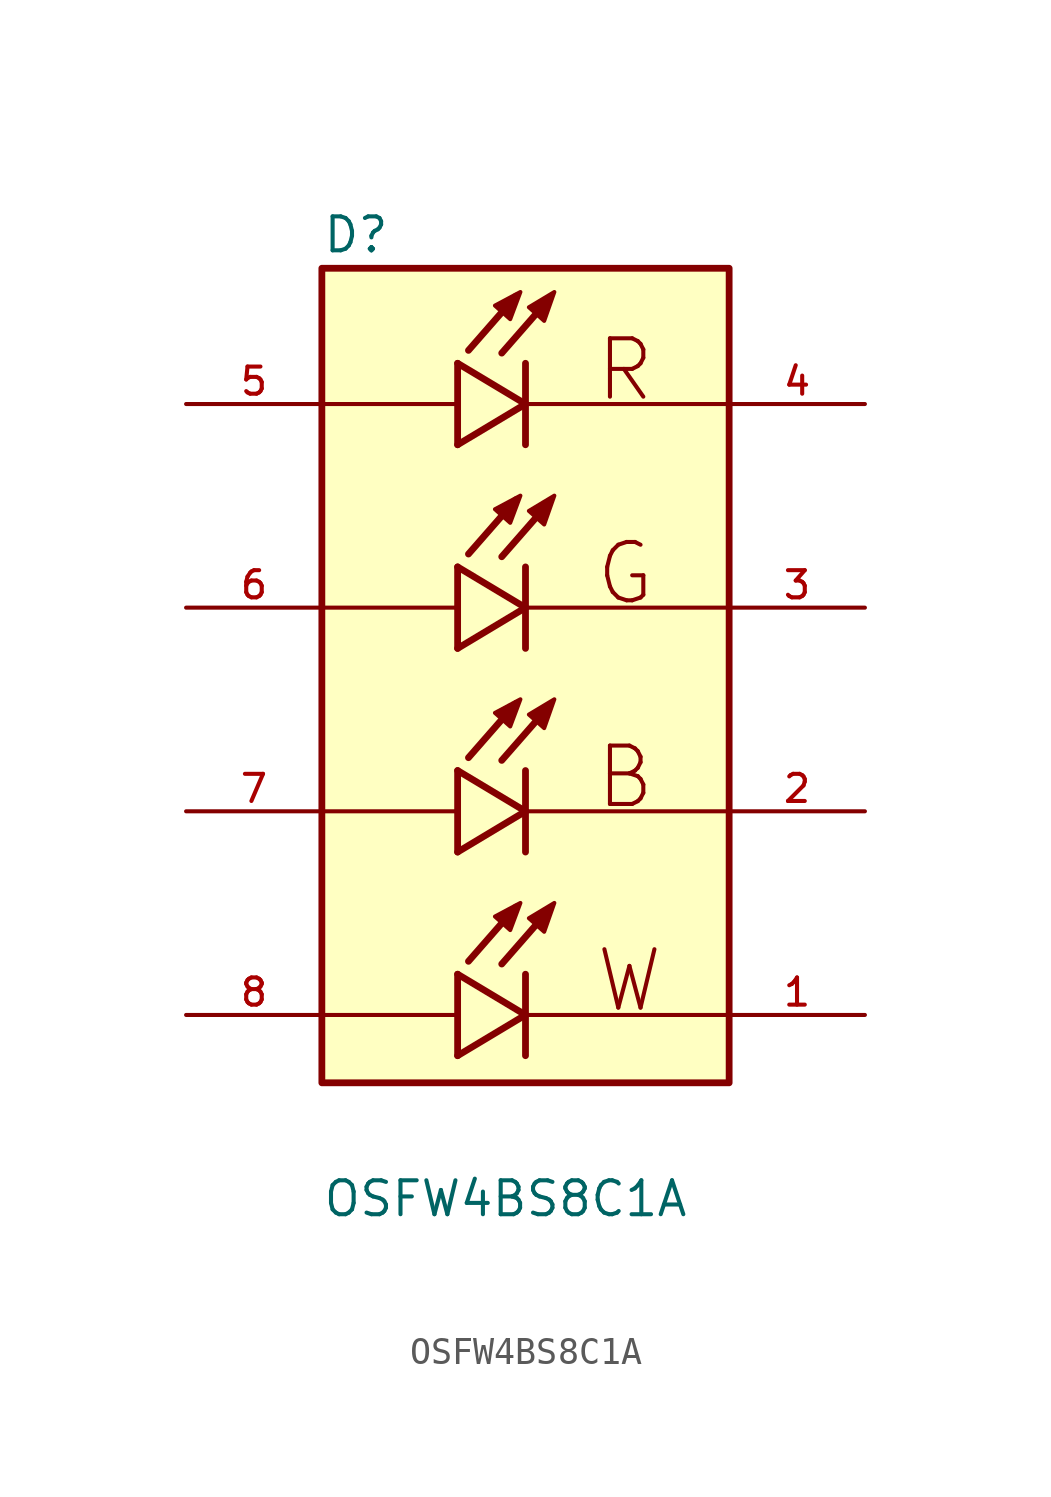
<source format=kicad_sym>
(kicad_symbol_lib
  (version 20211014)
  (generator kicad_symbol_editor)
  (symbol "OSFW4BS8C1A"
    (pin_names
      (offset 1.016))
    (property "Reference" "D"
      (at -7.62 15.748 0)
      (effects (font (size 1.27 1.27)) (justify bottom left)))
    (property "Value" "OSFW4BS8C1A"
      (at -7.62 -20.32 0)
      (effects (font (size 1.27 1.27)) (justify bottom left)))
    (symbol "OSFW4BS8C1A_0_0"
      (polyline (pts (xy -2.54 11.684) (xy -2.54 10.16)) (stroke (width 0.254)))
      (polyline (pts (xy -2.54 10.16) (xy -2.54 8.636)) (stroke (width 0.254)))
      (polyline (pts (xy -2.54 8.636) (xy 0.0 10.16)) (stroke (width 0.254)))
      (polyline (pts (xy 0.0 10.16) (xy -2.54 11.684)) (stroke (width 0.254)))
      (polyline (pts (xy 0.0 11.684) (xy 0.0 10.16)) (stroke (width 0.254)))
      (polyline (pts (xy 0.0 10.16) (xy 0.0 8.636)) (stroke (width 0.254)))
      (polyline (pts (xy -2.54 10.16) (xy -7.62 10.16)) (stroke (width 0.152)))
      (polyline (pts (xy 0.889 14.097) (xy -0.889 12.065)) (stroke (width 0.254)))
      (polyline (pts (xy -0.356 14.199) (xy -2.134 12.167)) (stroke (width 0.254)))
      (polyline (pts (xy 7.62 10.16) (xy 0.0 10.16)) (stroke (width 0.152)))
      (polyline (pts (xy -1.143 13.843) (xy -0.572 13.335) (xy -0.191 14.351) (xy -1.143 13.843)) (stroke (width 0.152)) (fill (type outline)))
      (polyline (pts (xy 0.127 13.78) (xy 0.699 13.271) (xy 1.079 14.351) (xy 0.127 13.78)) (stroke (width 0.152)) (fill (type outline)))
      (polyline (pts (xy -2.54 4.064) (xy -2.54 2.54)) (stroke (width 0.254)))
      (polyline (pts (xy -2.54 2.54) (xy -2.54 1.016)) (stroke (width 0.254)))
      (polyline (pts (xy -2.54 1.016) (xy 0.0 2.54)) (stroke (width 0.254)))
      (polyline (pts (xy 0.0 2.54) (xy -2.54 4.064)) (stroke (width 0.254)))
      (polyline (pts (xy 0.0 4.064) (xy 0.0 2.54)) (stroke (width 0.254)))
      (polyline (pts (xy 0.0 2.54) (xy 0.0 1.016)) (stroke (width 0.254)))
      (polyline (pts (xy -2.54 2.54) (xy -7.62 2.54)) (stroke (width 0.152)))
      (polyline (pts (xy 0.889 6.477) (xy -0.889 4.445)) (stroke (width 0.254)))
      (polyline (pts (xy -0.356 6.579) (xy -2.134 4.547)) (stroke (width 0.254)))
      (polyline (pts (xy 7.62 2.54) (xy 0.0 2.54)) (stroke (width 0.152)))
      (polyline (pts (xy -1.143 6.223) (xy -0.572 5.715) (xy -0.191 6.731) (xy -1.143 6.223)) (stroke (width 0.152)) (fill (type outline)))
      (polyline (pts (xy 0.127 6.16) (xy 0.699 5.652) (xy 1.079 6.731) (xy 0.127 6.16)) (stroke (width 0.152)) (fill (type outline)))
      (polyline (pts (xy -2.54 -3.556) (xy -2.54 -5.08)) (stroke (width 0.254)))
      (polyline (pts (xy -2.54 -5.08) (xy -2.54 -6.604)) (stroke (width 0.254)))
      (polyline (pts (xy -2.54 -6.604) (xy 0.0 -5.08)) (stroke (width 0.254)))
      (polyline (pts (xy 0.0 -5.08) (xy -2.54 -3.556)) (stroke (width 0.254)))
      (polyline (pts (xy 0.0 -3.556) (xy 0.0 -5.08)) (stroke (width 0.254)))
      (polyline (pts (xy 0.0 -5.08) (xy 0.0 -6.604)) (stroke (width 0.254)))
      (polyline (pts (xy -2.54 -5.08) (xy -7.62 -5.08)) (stroke (width 0.152)))
      (polyline (pts (xy 0.889 -1.143) (xy -0.889 -3.175)) (stroke (width 0.254)))
      (polyline (pts (xy -0.356 -1.041) (xy -2.134 -3.073)) (stroke (width 0.254)))
      (polyline (pts (xy 7.62 -5.08) (xy 0.0 -5.08)) (stroke (width 0.152)))
      (polyline (pts (xy -1.143 -1.397) (xy -0.572 -1.905) (xy -0.191 -0.889) (xy -1.143 -1.397)) (stroke (width 0.152)) (fill (type outline)))
      (polyline (pts (xy 0.127 -1.46) (xy 0.699 -1.968) (xy 1.079 -0.889) (xy 0.127 -1.46)) (stroke (width 0.152)) (fill (type outline)))
      (polyline (pts (xy -2.54 -11.176) (xy -2.54 -12.7)) (stroke (width 0.254)))
      (polyline (pts (xy -2.54 -12.7) (xy -2.54 -14.224)) (stroke (width 0.254)))
      (polyline (pts (xy -2.54 -14.224) (xy 0.0 -12.7)) (stroke (width 0.254)))
      (polyline (pts (xy 0.0 -12.7) (xy -2.54 -11.176)) (stroke (width 0.254)))
      (polyline (pts (xy 0.0 -11.176) (xy 0.0 -12.7)) (stroke (width 0.254)))
      (polyline (pts (xy 0.0 -12.7) (xy 0.0 -14.224)) (stroke (width 0.254)))
      (polyline (pts (xy -2.54 -12.7) (xy -7.62 -12.7)) (stroke (width 0.152)))
      (polyline (pts (xy 0.889 -8.763) (xy -0.889 -10.795)) (stroke (width 0.254)))
      (polyline (pts (xy -0.356 -8.661) (xy -2.134 -10.693)) (stroke (width 0.254)))
      (polyline (pts (xy 7.62 -12.7) (xy 0.0 -12.7)) (stroke (width 0.152)))
      (polyline (pts (xy -1.143 -9.017) (xy -0.572 -9.525) (xy -0.191 -8.509) (xy -1.143 -9.017)) (stroke (width 0.152)) (fill (type outline)))
      (polyline (pts (xy 0.127 -9.081) (xy 0.699 -9.588) (xy 1.079 -8.509) (xy 0.127 -9.081)) (stroke (width 0.152)) (fill (type outline)))
      (text "R" (at 2.54 10.16 0) (effects (font (size 2.184 2.184)) (justify bottom left)))
      (text "G" (at 2.54 2.54 0) (effects (font (size 2.184 2.184)) (justify bottom left)))
      (text "B" (at 2.54 -5.08 0) (effects (font (size 2.184 2.184)) (justify bottom left)))
      (text "W" (at 2.54 -12.7 0) (effects (font (size 2.184 2.184)) (justify bottom left)))
      (rectangle (start -7.62 -15.24) (end 7.62 15.24) (stroke (width 0.254)) (fill (type background)))
      (pin passive line (at 12.7 10.16 180.0) (length 5.08) (name "~" (effects (font (size 1.016 1.016)))) (number "4" (effects (font (size 1.016 1.016)))))
      (pin passive line (at -12.7 10.16 0) (length 5.08) (name "~" (effects (font (size 1.016 1.016)))) (number "5" (effects (font (size 1.016 1.016)))))
      (pin passive line (at 12.7 2.54 180.0) (length 5.08) (name "~" (effects (font (size 1.016 1.016)))) (number "3" (effects (font (size 1.016 1.016)))))
      (pin passive line (at -12.7 2.54 0) (length 5.08) (name "~" (effects (font (size 1.016 1.016)))) (number "6" (effects (font (size 1.016 1.016)))))
      (pin passive line (at 12.7 -5.08 180.0) (length 5.08) (name "~" (effects (font (size 1.016 1.016)))) (number "2" (effects (font (size 1.016 1.016)))))
      (pin passive line (at -12.7 -5.08 0) (length 5.08) (name "~" (effects (font (size 1.016 1.016)))) (number "7" (effects (font (size 1.016 1.016)))))
      (pin passive line (at 12.7 -12.7 180.0) (length 5.08) (name "~" (effects (font (size 1.016 1.016)))) (number "1" (effects (font (size 1.016 1.016)))))
      (pin passive line (at -12.7 -12.7 0) (length 5.08) (name "~" (effects (font (size 1.016 1.016)))) (number "8" (effects (font (size 1.016 1.016))))))))
</source>
